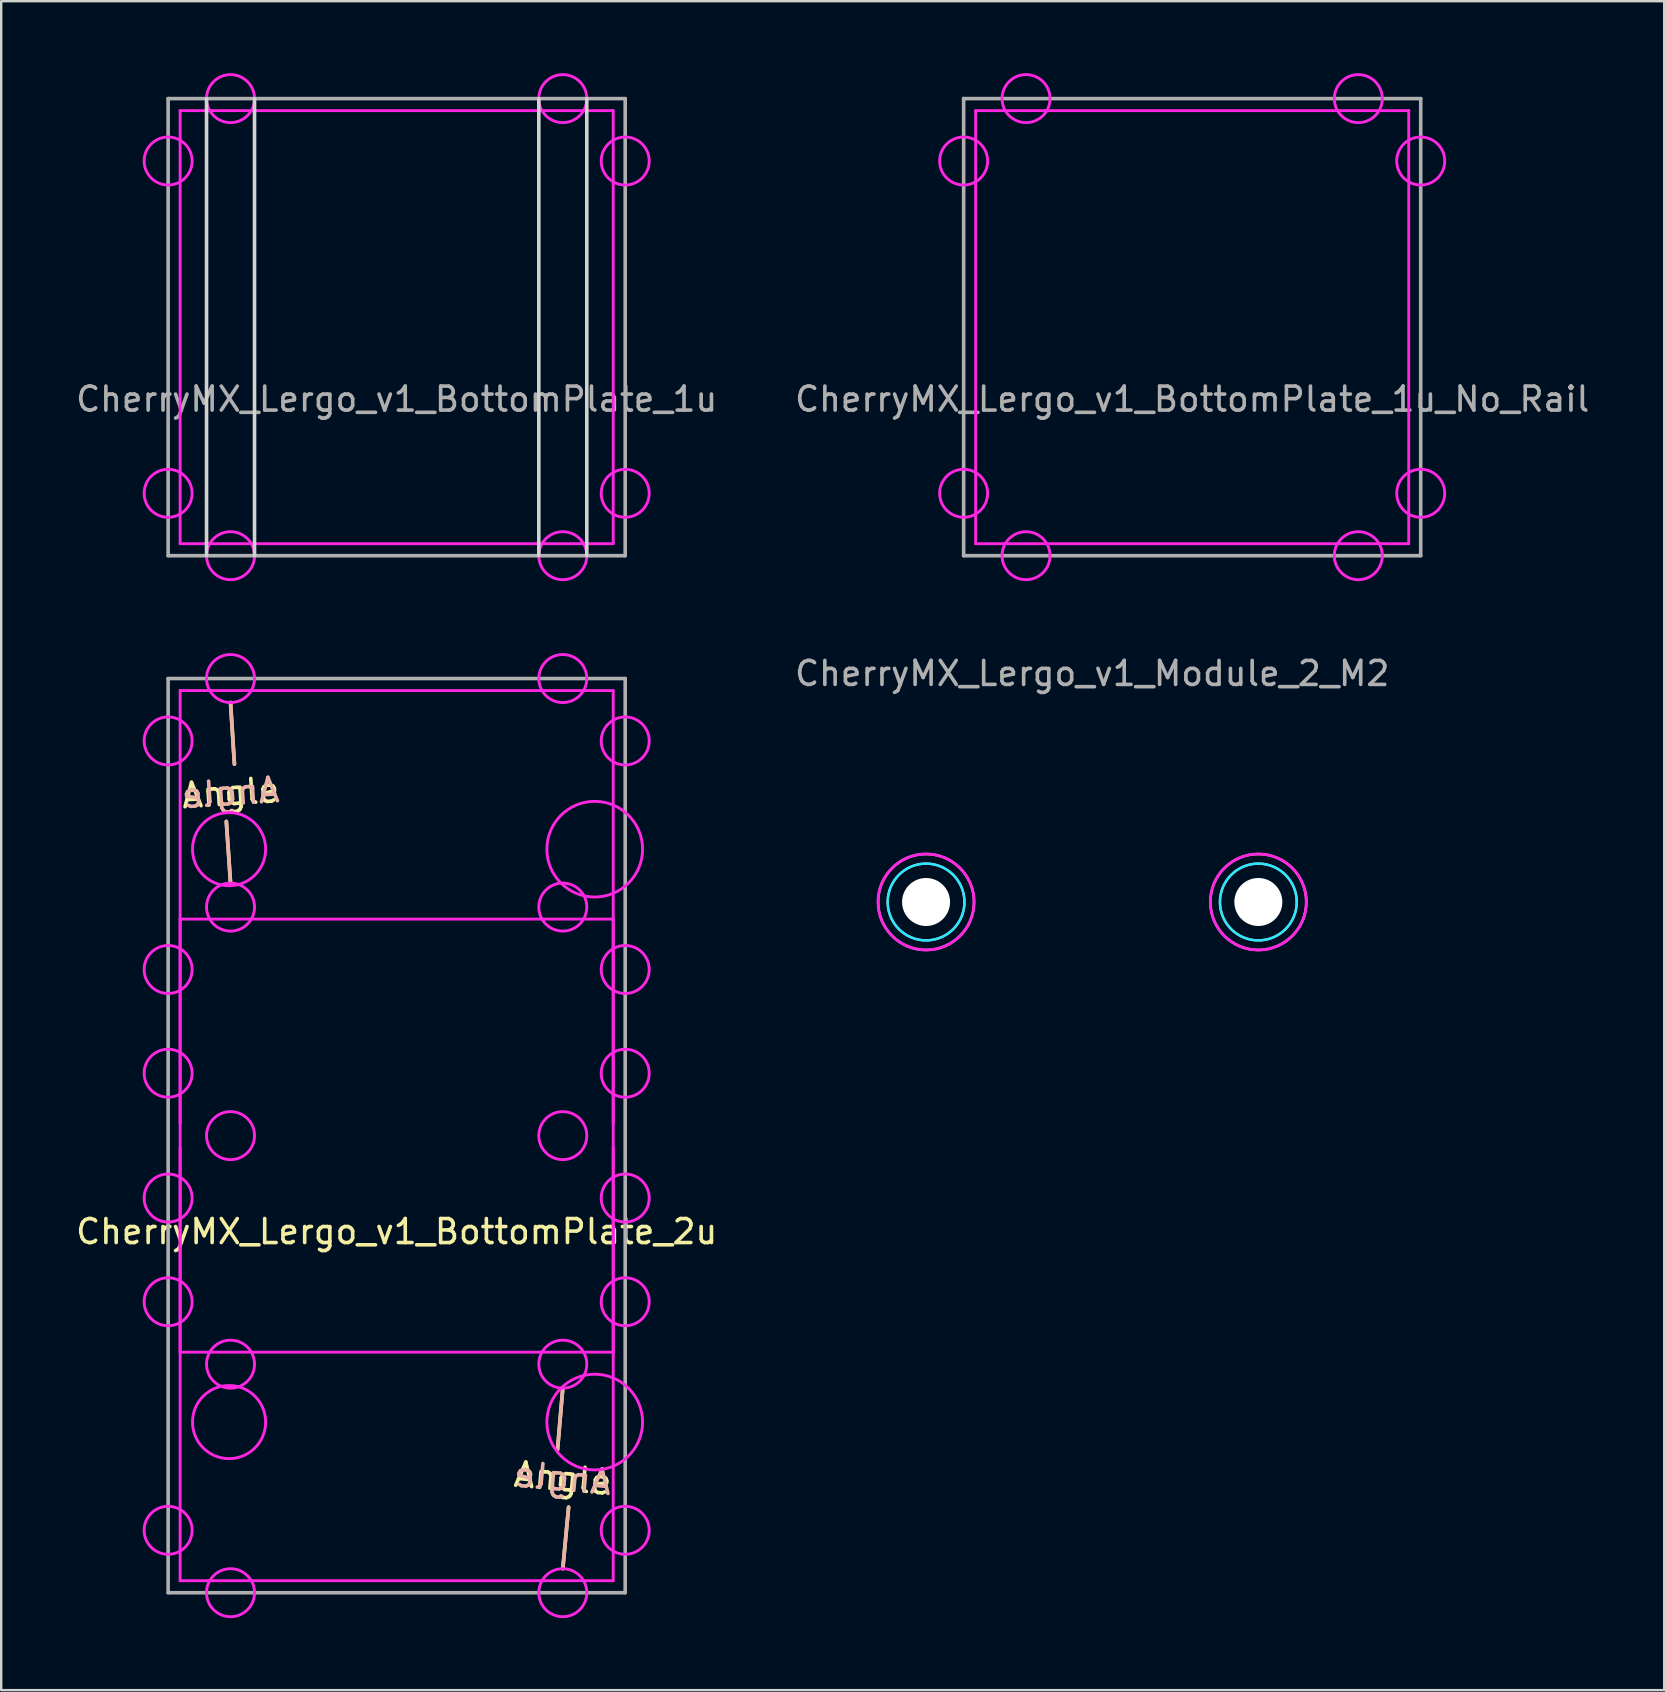
<source format=kicad_pcb>
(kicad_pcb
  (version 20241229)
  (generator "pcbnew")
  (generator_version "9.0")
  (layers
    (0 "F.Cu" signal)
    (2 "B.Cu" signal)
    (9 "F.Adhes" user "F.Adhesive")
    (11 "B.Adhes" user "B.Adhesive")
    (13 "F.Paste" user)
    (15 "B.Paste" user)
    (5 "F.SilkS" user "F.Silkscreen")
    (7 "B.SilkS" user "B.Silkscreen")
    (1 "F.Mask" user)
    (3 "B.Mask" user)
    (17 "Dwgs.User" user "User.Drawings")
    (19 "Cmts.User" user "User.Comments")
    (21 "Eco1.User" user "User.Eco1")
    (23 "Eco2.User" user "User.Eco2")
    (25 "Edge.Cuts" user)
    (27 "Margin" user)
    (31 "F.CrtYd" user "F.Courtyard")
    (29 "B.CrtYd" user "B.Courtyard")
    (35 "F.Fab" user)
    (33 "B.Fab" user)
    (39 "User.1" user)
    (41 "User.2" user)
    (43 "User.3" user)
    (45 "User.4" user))
  (footprint "CherryMX_Lergo_v1_BottomPlate_1u_No_Rail"
    (layer "F.Cu")
    (at 46.637 10.585)
    (property "Reference" "CherryMX_Lergo_v1_BottomPlate_1u_No_Rail" (at 0 3 0) (layer "F.Fab") (effects (font (size 1 1) (thickness 0.15))))
    (attr through_hole)
    (fp_circle (center -6.924 -9.525) (end -5.924 -9.525) (stroke (width 0.12) (type solid)) (fill no) (layer "Eco2.User"))
    (fp_circle (center -6.924 9.525) (end -5.924 9.525) (stroke (width 0.12) (type solid)) (fill no) (layer "Eco2.User"))
    (fp_circle (center 6.924 -9.525) (end 7.924 -9.525) (stroke (width 0.12) (type solid)) (fill no) (layer "Eco2.User"))
    (fp_circle (center 6.924 9.525) (end 7.924 9.525) (stroke (width 0.12) (type solid)) (fill no) (layer "Eco2.User"))
    (fp_line (start -9.025 -9.025) (end 9.025 -9.025) (stroke (width 0.12) (type solid)) (layer "F.CrtYd"))
    (fp_line (start -9.025 9.025) (end -9.025 -9.025) (stroke (width 0.12) (type solid)) (layer "F.CrtYd"))
    (fp_line (start 9.025 -9.025) (end 9.025 9.025) (stroke (width 0.12) (type solid)) (layer "F.CrtYd"))
    (fp_line (start 9.025 9.025) (end -9.025 9.025) (stroke (width 0.12) (type solid)) (layer "F.CrtYd"))
    (fp_circle (center -9.525 -6.924) (end -9.525 -7.924) (stroke (width 0.12) (type solid)) (fill no) (layer "F.CrtYd"))
    (fp_circle (center -9.525 6.924) (end -9.525 5.924) (stroke (width 0.12) (type solid)) (fill no) (layer "F.CrtYd"))
    (fp_circle (center -6.924 -9.525) (end -5.924 -9.525) (stroke (width 0.12) (type solid)) (fill no) (layer "F.CrtYd"))
    (fp_circle (center -6.924 9.525) (end -5.924 9.525) (stroke (width 0.12) (type solid)) (fill no) (layer "F.CrtYd"))
    (fp_circle (center 6.924 -9.525) (end 7.924 -9.525) (stroke (width 0.12) (type solid)) (fill no) (layer "F.CrtYd"))
    (fp_circle (center 6.924 9.525) (end 7.924 9.525) (stroke (width 0.12) (type solid)) (fill no) (layer "F.CrtYd"))
    (fp_circle (center 9.525 -6.924) (end 9.525 -7.924) (stroke (width 0.12) (type solid)) (fill no) (layer "F.CrtYd"))
    (fp_circle (center 9.525 6.924) (end 9.525 5.924) (stroke (width 0.12) (type solid)) (fill no) (layer "F.CrtYd"))
    (fp_line (start -9.525 -9.525) (end -9.525 9.525) (stroke (width 0.15) (type solid)) (layer "F.Fab"))
    (fp_line (start -9.525 9.525) (end 9.525 9.525) (stroke (width 0.15) (type solid)) (layer "F.Fab"))
    (fp_line (start 9.525 -9.525) (end -9.525 -9.525) (stroke (width 0.15) (type solid)) (layer "F.Fab"))
    (fp_line (start 9.525 9.525) (end 9.525 -9.525) (stroke (width 0.15) (type solid)) (layer "F.Fab")))
  (footprint "CherryMX_Lergo_v1_BottomPlate_2u"
    (layer "F.Cu")
    (at 13.482 44.28)
    (property "Reference" "CherryMX_Lergo_v1_BottomPlate_2u" (at 0 4 0) (layer "F.SilkS") (effects (font (size 1 1) (thickness 0.15))))
    (property "Value" "Angle" (at 0 -4 0) (layer "F.Fab") (hide yes) (effects (font (size 1 1) (thickness 0.15))))
    (attr through_hole)
    (fp_line (start -6.924 -18.05) (end -6.762 -15.483) (stroke (width 0.153) (type solid)) (layer "F.SilkS"))
    (fp_line (start -6.924 -10.525) (end -7.099 -13.091) (stroke (width 0.153) (type solid)) (layer "F.SilkS"))
    (fp_line (start 6.924 10.525) (end 6.704 13.087) (stroke (width 0.153) (type solid)) (layer "F.SilkS"))
    (fp_line (start 6.924 18.05) (end 7.166 15.49) (stroke (width 0.153) (type solid)) (layer "F.SilkS"))
    (fp_line (start -6.924 -18.05) (end -6.762 -15.483) (stroke (width 0.153) (type solid)) (layer "B.SilkS"))
    (fp_line (start -6.924 -10.531) (end -7.099 -13.097) (stroke (width 0.153) (type solid)) (layer "B.SilkS"))
    (fp_line (start 6.924 10.525) (end 6.704 13.087) (stroke (width 0.153) (type solid)) (layer "B.SilkS"))
    (fp_line (start 6.924 18.039) (end 7.166 15.478) (stroke (width 0.153) (type solid)) (layer "B.SilkS"))
    (fp_circle (center -9.525 -6.924) (end -8.525 -6.924) (stroke (width 0.12) (type solid)) (fill no) (layer "Eco2.User"))
    (fp_circle (center -9.525 6.924) (end -8.525 6.924) (stroke (width 0.12) (type solid)) (fill no) (layer "Eco2.User"))
    (fp_circle (center -6.924 -19.05) (end -5.924 -19.05) (stroke (width 0.12) (type solid)) (fill no) (layer "Eco2.User"))
    (fp_circle (center -6.924 -9.525) (end -5.924 -9.525) (stroke (width 0.12) (type solid)) (fill no) (layer "Eco2.User"))
    (fp_circle (center -6.924 0) (end -5.924 0) (stroke (width 0.12) (type solid)) (fill no) (layer "Eco2.User"))
    (fp_circle (center -6.924 9.525) (end -5.924 9.525) (stroke (width 0.12) (type solid)) (fill no) (layer "Eco2.User"))
    (fp_circle (center -6.924 19.05) (end -5.924 19.05) (stroke (width 0.12) (type solid)) (fill no) (layer "Eco2.User"))
    (fp_circle (center 6.924 -19.05) (end 7.924 -19.05) (stroke (width 0.12) (type solid)) (fill no) (layer "Eco2.User"))
    (fp_circle (center 6.924 -9.525) (end 7.924 -9.525) (stroke (width 0.12) (type solid)) (fill no) (layer "Eco2.User"))
    (fp_circle (center 6.924 0) (end 7.924 0) (stroke (width 0.12) (type solid)) (fill no) (layer "Eco2.User"))
    (fp_circle (center 6.924 9.525) (end 7.924 9.525) (stroke (width 0.12) (type solid)) (fill no) (layer "Eco2.User"))
    (fp_circle (center 6.924 19.05) (end 7.924 19.05) (stroke (width 0.12) (type solid)) (fill no) (layer "Eco2.User"))
    (fp_circle (center 9.525 -6.924) (end 10.525 -6.924) (stroke (width 0.12) (type solid)) (fill no) (layer "Eco2.User"))
    (fp_circle (center 9.525 6.924) (end 10.525 6.924) (stroke (width 0.12) (type solid)) (fill no) (layer "Eco2.User"))
    (fp_line (start -9.025 -18.55) (end 9.025 -18.55) (stroke (width 0.12) (type solid)) (layer "F.CrtYd"))
    (fp_line (start -9.025 -9.025) (end 9.025 -9.025) (stroke (width 0.12) (type solid)) (layer "F.CrtYd"))
    (fp_line (start -9.025 -0.5) (end -9.025 -18.55) (stroke (width 0.12) (type solid)) (layer "F.CrtYd"))
    (fp_line (start -9.025 9.025) (end -9.025 -9.025) (stroke (width 0.12) (type solid)) (layer "F.CrtYd"))
    (fp_line (start -9.025 18.55) (end -9.025 0.5) (stroke (width 0.12) (type solid)) (layer "F.CrtYd"))
    (fp_line (start 9.025 -18.55) (end 9.025 -0.5) (stroke (width 0.12) (type solid)) (layer "F.CrtYd"))
    (fp_line (start 9.025 -9.025) (end 9.025 9.025) (stroke (width 0.12) (type solid)) (layer "F.CrtYd"))
    (fp_line (start 9.025 0.5) (end 9.025 18.55) (stroke (width 0.12) (type solid)) (layer "F.CrtYd"))
    (fp_line (start 9.025 9.025) (end -9.025 9.025) (stroke (width 0.12) (type solid)) (layer "F.CrtYd"))
    (fp_line (start 9.025 18.55) (end -9.025 18.55) (stroke (width 0.12) (type solid)) (layer "F.CrtYd"))
    (fp_circle (center -9.525 -16.449) (end -8.525 -16.449) (stroke (width 0.12) (type solid)) (fill no) (layer "F.CrtYd"))
    (fp_circle (center -9.525 -6.924) (end -8.525 -6.924) (stroke (width 0.12) (type solid)) (fill no) (layer "F.CrtYd"))
    (fp_circle (center -9.525 -2.601) (end -9.525 -3.601) (stroke (width 0.12) (type solid)) (fill no) (layer "F.CrtYd"))
    (fp_circle (center -9.525 2.601) (end -9.525 1.601) (stroke (width 0.12) (type solid)) (fill no) (layer "F.CrtYd"))
    (fp_circle (center -9.525 6.924) (end -8.525 6.924) (stroke (width 0.12) (type solid)) (fill no) (layer "F.CrtYd"))
    (fp_circle (center -9.525 16.449) (end -10.525 16.449) (stroke (width 0.12) (type solid)) (fill no) (layer "F.CrtYd"))
    (fp_circle (center -6.985 -11.938) (end -5.461 -11.938) (stroke (width 0.12) (type solid)) (fill no) (layer "F.CrtYd"))
    (fp_circle (center -6.985 11.938) (end -5.461 11.938) (stroke (width 0.12) (type solid)) (fill no) (layer "F.CrtYd"))
    (fp_circle (center -6.924 -19.05) (end -5.924 -19.05) (stroke (width 0.12) (type solid)) (fill no) (layer "F.CrtYd"))
    (fp_circle (center -6.924 -9.525) (end -5.924 -9.525) (stroke (width 0.12) (type solid)) (fill no) (layer "F.CrtYd"))
    (fp_circle (center -6.924 0) (end -5.924 0) (stroke (width 0.12) (type solid)) (fill no) (layer "F.CrtYd"))
    (fp_circle (center -6.924 9.525) (end -5.924 9.525) (stroke (width 0.12) (type solid)) (fill no) (layer "F.CrtYd"))
    (fp_circle (center -6.924 19.05) (end -5.924 19.05) (stroke (width 0.12) (type solid)) (fill no) (layer "F.CrtYd"))
    (fp_circle (center 6.924 -19.05) (end 7.924 -19.05) (stroke (width 0.12) (type solid)) (fill no) (layer "F.CrtYd"))
    (fp_circle (center 6.924 -9.525) (end 7.924 -9.525) (stroke (width 0.12) (type solid)) (fill no) (layer "F.CrtYd"))
    (fp_circle (center 6.924 0) (end 7.924 0) (stroke (width 0.12) (type solid)) (fill no) (layer "F.CrtYd"))
    (fp_circle (center 6.924 9.525) (end 7.924 9.525) (stroke (width 0.12) (type solid)) (fill no) (layer "F.CrtYd"))
    (fp_circle (center 6.924 19.05) (end 7.924 19.05) (stroke (width 0.12) (type solid)) (fill no) (layer "F.CrtYd"))
    (fp_circle (center 8.255 -11.938) (end 10.249 -11.938) (stroke (width 0.12) (type solid)) (fill no) (layer "F.CrtYd"))
    (fp_circle (center 8.255 11.938) (end 10.249 11.938) (stroke (width 0.12) (type solid)) (fill no) (layer "F.CrtYd"))
    (fp_circle (center 9.525 -16.449) (end 10.525 -16.449) (stroke (width 0.12) (type solid)) (fill no) (layer "F.CrtYd"))
    (fp_circle (center 9.525 -6.924) (end 10.525 -6.924) (stroke (width 0.12) (type solid)) (fill no) (layer "F.CrtYd"))
    (fp_circle (center 9.525 -2.601) (end 9.525 -3.601) (stroke (width 0.12) (type solid)) (fill no) (layer "F.CrtYd"))
    (fp_circle (center 9.525 2.601) (end 9.525 1.601) (stroke (width 0.12) (type solid)) (fill no) (layer "F.CrtYd"))
    (fp_circle (center 9.525 6.924) (end 10.525 6.924) (stroke (width 0.12) (type solid)) (fill no) (layer "F.CrtYd"))
    (fp_circle (center 9.525 16.449) (end 8.525 16.449) (stroke (width 0.12) (type solid)) (fill no) (layer "F.CrtYd"))
    (fp_line (start -9.525 -19.05) (end -9.525 19.05) (stroke (width 0.15) (type solid)) (layer "F.Fab"))
    (fp_line (start -9.525 19.05) (end 9.525 19.05) (stroke (width 0.15) (type solid)) (layer "F.Fab"))
    (fp_line (start 9.525 -19.05) (end -9.525 -19.05) (stroke (width 0.15) (type solid)) (layer "F.Fab"))
    (fp_line (start 9.525 19.05) (end 9.525 -19.05) (stroke (width 0.15) (type solid)) (layer "F.Fab"))
    (fp_text user "${VALUE}" (at -6.924 -14.287 3.7) (layer "F.SilkS") (effects (font (size 1 1) (thickness 0.15))))
    (fp_text user "${VALUE}" (at 6.924 14.287 354.9) (layer "F.SilkS") (effects (font (size 1 1) (thickness 0.15))))
    (fp_text user "${VALUE}" (at 6.924 14.287 354.9) (layer "B.SilkS") (effects (font (size 1 1) (thickness 0.15)) (justify mirror)))
    (fp_text user "${VALUE}" (at -6.924 -14.287 3.7) (layer "B.SilkS") (effects (font (size 1 1) (thickness 0.15)) (justify mirror))))
  (footprint "CherryMX_Lergo_v1_Module_2_M2"
    (layer "F.Cu")
    (at 42.47 25.018)
    (property "Reference" "CherryMX_Lergo_v1_Module_2_M2" (at 0 0 0) (unlocked yes) (layer "F.Fab") (effects (font (size 1 1) (thickness 0.15))))
    (attr through_hole)
    (fp_circle (center -6.924 9.525) (end -4.924 9.525) (stroke (width 0.1) (type solid)) (fill no) (layer "F.SilkS"))
    (fp_circle (center 6.924 9.525) (end 8.924 9.525) (stroke (width 0.1) (type solid)) (fill no) (layer "F.SilkS"))
    (fp_circle (center -6.924 9.525) (end -5.324 9.525) (stroke (width 0.1) (type solid)) (fill no) (layer "B.SilkS"))
    (fp_circle (center 6.924 9.525) (end 8.524 9.525) (stroke (width 0.1) (type solid)) (fill no) (layer "B.SilkS"))
    (fp_circle (center -6.924 9.525) (end -5.324 9.525) (stroke (width 0.1) (type solid)) (fill no) (layer "B.CrtYd"))
    (fp_circle (center 6.924 9.525) (end 8.524 9.525) (stroke (width 0.1) (type solid)) (fill no) (layer "B.CrtYd"))
    (fp_circle (center -6.924 9.525) (end -4.924 9.525) (stroke (width 0.12) (type solid)) (fill no) (layer "F.CrtYd"))
    (fp_circle (center 6.924 9.525) (end 8.924 9.525) (stroke (width 0.12) (type solid)) (fill no) (layer "F.CrtYd"))
    (pad "" np_thru_hole circle (at -6.924 9.525) (size 2 2) (drill 2) (layers "*.Cu" "*.Mask"))
    (pad "" np_thru_hole circle (at 6.924 9.525) (size 2 2) (drill 2) (layers "*.Cu" "*.Mask")))
  (footprint "CherryMX_Lergo_v1_BottomPlate_1u"
    (layer "F.Cu")
    (at 13.482 10.585)
    (property "Reference" "CherryMX_Lergo_v1_BottomPlate_1u" (at 0 3 0) (layer "F.Fab") (effects (font (size 1 1) (thickness 0.15))))
    (attr through_hole)
    (fp_circle (center -6.924 -9.525) (end -5.924 -9.525) (stroke (width 0.12) (type solid)) (fill no) (layer "Eco2.User"))
    (fp_circle (center -6.924 9.525) (end -5.924 9.525) (stroke (width 0.12) (type solid)) (fill no) (layer "Eco2.User"))
    (fp_circle (center 6.924 -9.525) (end 7.924 -9.525) (stroke (width 0.12) (type solid)) (fill no) (layer "Eco2.User"))
    (fp_circle (center 6.924 9.525) (end 7.924 9.525) (stroke (width 0.12) (type solid)) (fill no) (layer "Eco2.User"))
    (fp_line (start -7.924 -9.525) (end -7.924 9.525) (stroke (width 0.15) (type solid)) (layer "Edge.Cuts"))
    (fp_line (start -5.924 -9.525) (end -5.924 9.525) (stroke (width 0.15) (type solid)) (layer "Edge.Cuts"))
    (fp_line (start 5.924 -9.525) (end 5.924 9.525) (stroke (width 0.15) (type solid)) (layer "Edge.Cuts"))
    (fp_line (start 7.924 -9.525) (end 7.924 9.525) (stroke (width 0.15) (type solid)) (layer "Edge.Cuts"))
    (fp_line (start -9.025 -9.025) (end 9.025 -9.025) (stroke (width 0.12) (type solid)) (layer "F.CrtYd"))
    (fp_line (start -9.025 9.025) (end -9.025 -9.025) (stroke (width 0.12) (type solid)) (layer "F.CrtYd"))
    (fp_line (start 9.025 -9.025) (end 9.025 9.025) (stroke (width 0.12) (type solid)) (layer "F.CrtYd"))
    (fp_line (start 9.025 9.025) (end -9.025 9.025) (stroke (width 0.12) (type solid)) (layer "F.CrtYd"))
    (fp_circle (center -9.525 -6.924) (end -9.525 -7.924) (stroke (width 0.12) (type solid)) (fill no) (layer "F.CrtYd"))
    (fp_circle (center -9.525 6.924) (end -9.525 5.924) (stroke (width 0.12) (type solid)) (fill no) (layer "F.CrtYd"))
    (fp_circle (center -6.924 -9.525) (end -5.924 -9.525) (stroke (width 0.12) (type solid)) (fill no) (layer "F.CrtYd"))
    (fp_circle (center -6.924 9.525) (end -5.924 9.525) (stroke (width 0.12) (type solid)) (fill no) (layer "F.CrtYd"))
    (fp_circle (center 6.924 -9.525) (end 7.924 -9.525) (stroke (width 0.12) (type solid)) (fill no) (layer "F.CrtYd"))
    (fp_circle (center 6.924 9.525) (end 7.924 9.525) (stroke (width 0.12) (type solid)) (fill no) (layer "F.CrtYd"))
    (fp_circle (center 9.525 -6.924) (end 9.525 -7.924) (stroke (width 0.12) (type solid)) (fill no) (layer "F.CrtYd"))
    (fp_circle (center 9.525 6.924) (end 9.525 5.924) (stroke (width 0.12) (type solid)) (fill no) (layer "F.CrtYd"))
    (fp_line (start -9.525 -9.525) (end -9.525 9.525) (stroke (width 0.15) (type solid)) (layer "F.Fab"))
    (fp_line (start -9.525 9.525) (end 9.525 9.525) (stroke (width 0.15) (type solid)) (layer "F.Fab"))
    (fp_line (start 9.525 -9.525) (end -9.525 -9.525) (stroke (width 0.15) (type solid)) (layer "F.Fab"))
    (fp_line (start 9.525 9.525) (end 9.525 -9.525) (stroke (width 0.15) (type solid)) (layer "F.Fab")))
  (gr_rect
    (start -3 -3)
    (end 66.31 67.39)
    (stroke (width 0.1) (type default))
    (fill no)
    (layer "Edge.Cuts")))
</source>
